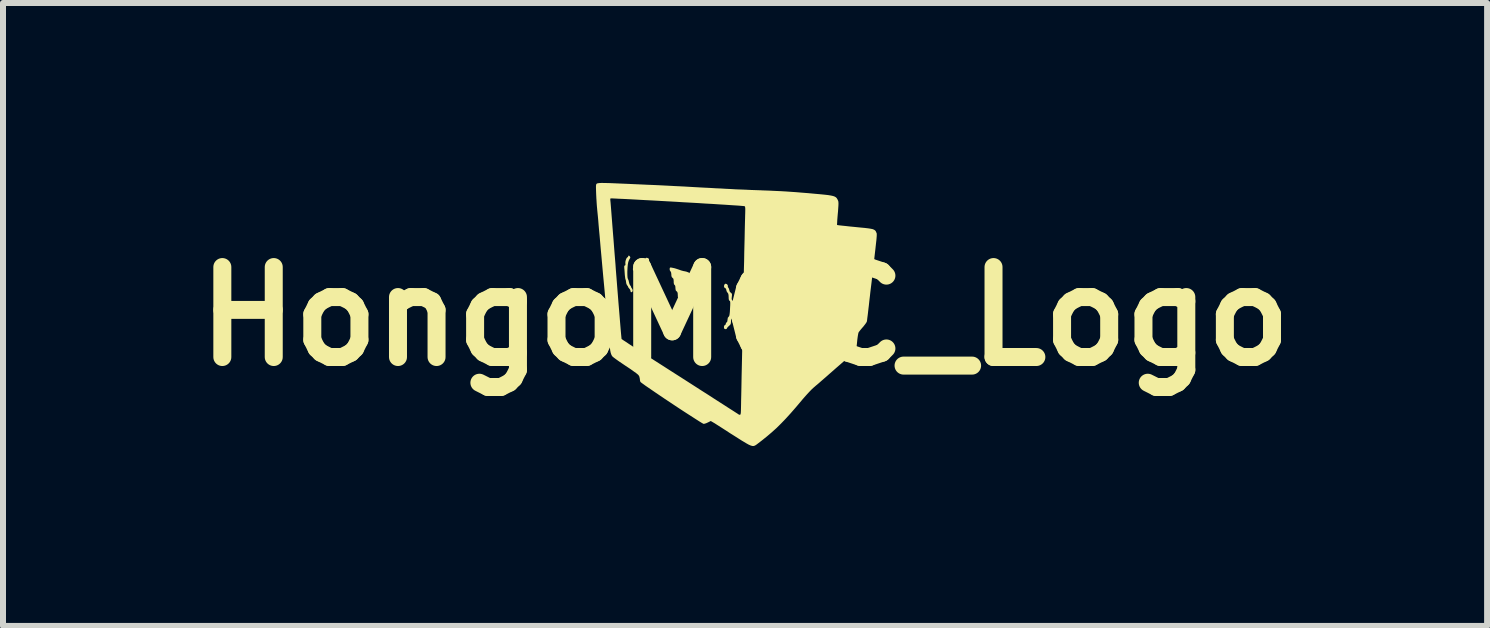
<source format=kicad_pcb>
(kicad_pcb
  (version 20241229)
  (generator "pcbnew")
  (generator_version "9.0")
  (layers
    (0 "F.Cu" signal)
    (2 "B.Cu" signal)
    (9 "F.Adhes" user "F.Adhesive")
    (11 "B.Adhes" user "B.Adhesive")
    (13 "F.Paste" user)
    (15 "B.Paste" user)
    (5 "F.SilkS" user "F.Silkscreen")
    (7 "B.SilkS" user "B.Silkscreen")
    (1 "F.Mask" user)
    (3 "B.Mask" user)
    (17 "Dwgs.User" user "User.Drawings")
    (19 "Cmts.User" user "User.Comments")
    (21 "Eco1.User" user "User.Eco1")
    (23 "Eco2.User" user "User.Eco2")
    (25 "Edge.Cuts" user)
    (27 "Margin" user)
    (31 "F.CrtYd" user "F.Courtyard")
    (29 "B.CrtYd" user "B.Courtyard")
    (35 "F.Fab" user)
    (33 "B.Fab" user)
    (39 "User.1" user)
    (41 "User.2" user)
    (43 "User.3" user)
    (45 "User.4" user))
  (footprint "HongoMCC_Logo"
    (layer "F.Cu")
    (at 9.371 2.224)
    (property "Reference" "HongoMCC_Logo" (at 0 0 0) (layer "F.SilkS") (effects (font (size 1.5 1.5) (thickness 0.3))))
    (attr board_only exclude_from_pos_files exclude_from_bom)
    (fp_poly (pts (xy -1.621 -0.972) (xy -1.608 -0.965) (xy -1.601 -0.95) (xy -1.599 -0.923) (xy -1.598 -0.889) (xy -1.599 -0.846) (xy -1.603 -0.817) (xy -1.611 -0.797) (xy -1.618 -0.787) (xy -1.632 -0.765) (xy -1.637 -0.747) (xy -1.637 -0.747) (xy -1.644 -0.733) (xy -1.659 -0.733) (xy -1.674 -0.743) (xy -1.684 -0.761) (xy -1.686 -0.781) (xy -1.679 -0.796) (xy -1.672 -0.799) (xy -1.659 -0.807) (xy -1.657 -0.814) (xy -1.652 -0.827) (xy -1.647 -0.828) (xy -1.64 -0.837) (xy -1.637 -0.857) (xy -1.639 -0.882) (xy -1.645 -0.904) (xy -1.653 -0.917) (xy -1.664 -0.934) (xy -1.665 -0.955) (xy -1.658 -0.971) (xy -1.642 -0.977)) (stroke (width 0) (type solid)) (fill yes) (layer "F.SilkS"))
    (fp_poly (pts (xy -0.784 -0.738) (xy -0.778 -0.737) (xy -0.752 -0.73) (xy -0.735 -0.719) (xy -0.727 -0.701) (xy -0.724 -0.671) (xy -0.725 -0.631) (xy -0.727 -0.589) (xy -0.732 -0.563) (xy -0.739 -0.548) (xy -0.744 -0.544) (xy -0.758 -0.53) (xy -0.76 -0.521) (xy -0.768 -0.508) (xy -0.774 -0.507) (xy -0.786 -0.499) (xy -0.791 -0.486) (xy -0.8 -0.465) (xy -0.816 -0.462) (xy -0.832 -0.473) (xy -0.847 -0.496) (xy -0.842 -0.517) (xy -0.828 -0.529) (xy -0.813 -0.545) (xy -0.809 -0.558) (xy -0.802 -0.572) (xy -0.794 -0.575) (xy -0.785 -0.581) (xy -0.78 -0.601) (xy -0.78 -0.618) (xy -0.783 -0.65) (xy -0.793 -0.666) (xy -0.794 -0.666) (xy -0.805 -0.681) (xy -0.809 -0.708) (xy -0.808 -0.731) (xy -0.801 -0.739)) (stroke (width 0) (type solid)) (fill yes) (layer "F.SilkS"))
    (fp_poly (pts (xy -1.931 -1.01) (xy -1.919 -0.998) (xy -1.912 -0.981) (xy -1.918 -0.967) (xy -1.934 -0.939) (xy -1.946 -0.907) (xy -1.954 -0.866) (xy -1.959 -0.814) (xy -1.962 -0.747) (xy -1.962 -0.72) (xy -1.961 -0.675) (xy -1.958 -0.641) (xy -1.952 -0.622) (xy -1.952 -0.622) (xy -1.943 -0.604) (xy -1.936 -0.576) (xy -1.934 -0.567) (xy -1.927 -0.539) (xy -1.917 -0.519) (xy -1.914 -0.516) (xy -1.902 -0.499) (xy -1.901 -0.492) (xy -1.894 -0.475) (xy -1.885 -0.464) (xy -1.874 -0.442) (xy -1.873 -0.427) (xy -1.881 -0.408) (xy -1.895 -0.401) (xy -1.904 -0.406) (xy -1.91 -0.421) (xy -1.91 -0.429) (xy -1.917 -0.447) (xy -1.93 -0.463) (xy -1.944 -0.479) (xy -1.949 -0.491) (xy -1.955 -0.505) (xy -1.966 -0.518) (xy -1.978 -0.541) (xy -1.983 -0.568) (xy -1.986 -0.594) (xy -1.991 -0.611) (xy -1.991 -0.611) (xy -1.996 -0.626) (xy -2 -0.655) (xy -2.004 -0.689) (xy -2.007 -0.732) (xy -2.01 -0.775) (xy -2.013 -0.802) (xy -2.014 -0.831) (xy -2.01 -0.845) (xy -2.003 -0.848) (xy -1.994 -0.854) (xy -1.994 -0.873) (xy -1.995 -0.882) (xy -1.995 -0.908) (xy -1.988 -0.938) (xy -1.978 -0.964) (xy -1.966 -0.981) (xy -1.959 -0.984) (xy -1.95 -0.992) (xy -1.949 -0.999) (xy -1.944 -1.012)) (stroke (width 0) (type solid)) (fill yes) (layer "F.SilkS"))
    (fp_poly (pts (xy -1.788 -0.834) (xy -1.775 -0.82) (xy -1.768 -0.798) (xy -1.768 -0.778) (xy -1.769 -0.756) (xy -1.764 -0.745) (xy -1.756 -0.748) (xy -1.754 -0.755) (xy -1.748 -0.767) (xy -1.734 -0.769) (xy -1.721 -0.759) (xy -1.718 -0.754) (xy -1.718 -0.733) (xy -1.724 -0.72) (xy -1.733 -0.699) (xy -1.735 -0.688) (xy -1.742 -0.673) (xy -1.747 -0.67) (xy -1.754 -0.663) (xy -1.749 -0.648) (xy -1.747 -0.645) (xy -1.737 -0.62) (xy -1.735 -0.604) (xy -1.729 -0.588) (xy -1.72 -0.585) (xy -1.709 -0.576) (xy -1.706 -0.556) (xy -1.708 -0.534) (xy -1.719 -0.527) (xy -1.731 -0.527) (xy -1.74 -0.52) (xy -1.753 -0.507) (xy -1.767 -0.493) (xy -1.778 -0.496) (xy -1.781 -0.499) (xy -1.789 -0.516) (xy -1.793 -0.543) (xy -1.794 -0.55) (xy -1.794 -0.561) (xy -1.754 -0.561) (xy -1.752 -0.549) (xy -1.749 -0.548) (xy -1.746 -0.562) (xy -1.748 -0.567) (xy -1.752 -0.571) (xy -1.754 -0.561) (xy -1.794 -0.561) (xy -1.795 -0.574) (xy -1.798 -0.58) (xy -1.804 -0.573) (xy -1.82 -0.558) (xy -1.836 -0.559) (xy -1.846 -0.571) (xy -1.851 -0.595) (xy -1.85 -0.615) (xy -1.843 -0.624) (xy -1.842 -0.624) (xy -1.833 -0.632) (xy -1.832 -0.638) (xy -1.824 -0.65) (xy -1.813 -0.653) (xy -1.797 -0.657) (xy -1.793 -0.663) (xy -1.801 -0.675) (xy -1.813 -0.685) (xy -1.828 -0.702) (xy -1.832 -0.717) (xy -1.839 -0.739) (xy -1.852 -0.755) (xy -1.869 -0.778) (xy -1.869 -0.796) (xy -1.86 -0.805) (xy -1.846 -0.803) (xy -1.831 -0.79) (xy -1.813 -0.768) (xy -1.813 -0.798) (xy -1.81 -0.821) (xy -1.802 -0.834)) (stroke (width 0) (type solid)) (fill yes) (layer "F.SilkS"))
    (fp_poly (pts (xy -1.207 -0.809) (xy -1.171 -0.801) (xy -1.133 -0.789) (xy -1.106 -0.78) (xy -1.064 -0.765) (xy -1.028 -0.755) (xy -1.004 -0.751) (xy -1.002 -0.75) (xy -0.984 -0.747) (xy -0.956 -0.737) (xy -0.943 -0.732) (xy -0.911 -0.713) (xy -0.894 -0.693) (xy -0.894 -0.674) (xy -0.907 -0.66) (xy -0.921 -0.644) (xy -0.926 -0.616) (xy -0.926 -0.607) (xy -0.928 -0.581) (xy -0.933 -0.563) (xy -0.936 -0.56) (xy -0.942 -0.548) (xy -0.945 -0.523) (xy -0.945 -0.51) (xy -0.947 -0.482) (xy -0.954 -0.467) (xy -0.965 -0.461) (xy -0.978 -0.454) (xy -0.983 -0.437) (xy -0.984 -0.414) (xy -0.987 -0.383) (xy -0.997 -0.368) (xy -1 -0.366) (xy -1.011 -0.357) (xy -1.012 -0.336) (xy -1.011 -0.327) (xy -1.011 -0.296) (xy -1.019 -0.282) (xy -1.028 -0.265) (xy -1.033 -0.239) (xy -1.033 -0.234) (xy -1.037 -0.206) (xy -1.049 -0.191) (xy -1.064 -0.192) (xy -1.071 -0.198) (xy -1.078 -0.214) (xy -1.082 -0.24) (xy -1.082 -0.246) (xy -1.086 -0.276) (xy -1.101 -0.294) (xy -1.101 -0.295) (xy -1.114 -0.307) (xy -1.12 -0.328) (xy -1.121 -0.356) (xy -1.123 -0.388) (xy -1.13 -0.407) (xy -1.14 -0.417) (xy -1.154 -0.431) (xy -1.159 -0.455) (xy -1.16 -0.473) (xy -1.163 -0.506) (xy -1.172 -0.522) (xy -1.174 -0.523) (xy -1.184 -0.534) (xy -1.189 -0.56) (xy -1.189 -0.579) (xy -1.191 -0.611) (xy -1.197 -0.631) (xy -1.209 -0.641) (xy -1.222 -0.656) (xy -1.228 -0.681) (xy -1.228 -0.696) (xy -1.232 -0.729) (xy -1.241 -0.749) (xy -1.243 -0.75) (xy -1.254 -0.768) (xy -1.257 -0.791) (xy -1.252 -0.81) (xy -1.248 -0.814) (xy -1.234 -0.814)) (stroke (width 0) (type solid)) (fill yes) (layer "F.SilkS"))
    (fp_poly (pts (xy -0.306 -0.539) (xy -0.291 -0.524) (xy -0.285 -0.506) (xy -0.287 -0.498) (xy -0.285 -0.486) (xy -0.278 -0.478) (xy -0.267 -0.459) (xy -0.263 -0.439) (xy -0.254 -0.41) (xy -0.239 -0.396) (xy -0.225 -0.384) (xy -0.218 -0.371) (xy -0.218 -0.349) (xy -0.22 -0.329) (xy -0.223 -0.297) (xy -0.22 -0.277) (xy -0.21 -0.263) (xy -0.206 -0.259) (xy -0.197 -0.25) (xy -0.191 -0.238) (xy -0.188 -0.219) (xy -0.186 -0.191) (xy -0.185 -0.148) (xy -0.185 -0.12) (xy -0.186 -0.058) (xy -0.19 -0.013) (xy -0.196 0.017) (xy -0.205 0.033) (xy -0.218 0.039) (xy -0.22 0.039) (xy -0.229 0.045) (xy -0.233 0.065) (xy -0.234 0.085) (xy -0.236 0.116) (xy -0.244 0.137) (xy -0.263 0.156) (xy -0.268 0.16) (xy -0.289 0.18) (xy -0.301 0.197) (xy -0.302 0.202) (xy -0.31 0.211) (xy -0.327 0.214) (xy -0.343 0.209) (xy -0.344 0.208) (xy -0.351 0.192) (xy -0.351 0.171) (xy -0.345 0.153) (xy -0.336 0.146) (xy -0.324 0.138) (xy -0.322 0.126) (xy -0.315 0.108) (xy -0.307 0.101) (xy -0.296 0.087) (xy -0.292 0.058) (xy -0.287 0.024) (xy -0.274 0.008) (xy -0.267 -0.000291) (xy -0.261 -0.014) (xy -0.257 -0.037) (xy -0.253 -0.073) (xy -0.25 -0.125) (xy -0.25 -0.129) (xy -0.247 -0.181) (xy -0.246 -0.217) (xy -0.247 -0.24) (xy -0.25 -0.253) (xy -0.256 -0.259) (xy -0.258 -0.259) (xy -0.267 -0.269) (xy -0.272 -0.291) (xy -0.273 -0.321) (xy -0.275 -0.357) (xy -0.281 -0.38) (xy -0.292 -0.395) (xy -0.307 -0.418) (xy -0.312 -0.439) (xy -0.318 -0.462) (xy -0.332 -0.471) (xy -0.347 -0.483) (xy -0.351 -0.504) (xy -0.346 -0.526) (xy -0.333 -0.541) (xy -0.325 -0.544)) (stroke (width 0) (type solid)) (fill yes) (layer "F.SilkS"))
    (fp_poly (pts (xy -2.337 -2.223) (xy -2.276 -2.222) (xy -2.2 -2.219) (xy -2.107 -2.215) (xy -2.037 -2.212) (xy -1.963 -2.209) (xy -1.877 -2.205) (xy -1.785 -2.201) (xy -1.695 -2.197) (xy -1.613 -2.193) (xy -1.608 -2.193) (xy -1.531 -2.19) (xy -1.441 -2.186) (xy -1.344 -2.181) (xy -1.246 -2.176) (xy -1.153 -2.171) (xy -1.106 -2.169) (xy -1.009 -2.164) (xy -0.905 -2.158) (xy -0.799 -2.152) (xy -0.691 -2.146) (xy -0.586 -2.141) (xy -0.487 -2.135) (xy -0.395 -2.131) (xy -0.314 -2.126) (xy -0.247 -2.123) (xy -0.196 -2.12) (xy -0.195 -2.12) (xy -0.164 -2.118) (xy -0.117 -2.116) (xy -0.056 -2.114) (xy 0.017 -2.111) (xy 0.098 -2.107) (xy 0.184 -2.104) (xy 0.274 -2.101) (xy 0.288 -2.1) (xy 0.401 -2.096) (xy 0.502 -2.091) (xy 0.594 -2.087) (xy 0.681 -2.082) (xy 0.766 -2.076) (xy 0.854 -2.07) (xy 0.948 -2.062) (xy 1.051 -2.054) (xy 1.169 -2.043) (xy 1.238 -2.037) (xy 1.319 -2.029) (xy 1.383 -2.022) (xy 1.432 -2.014) (xy 1.469 -2.006) (xy 1.496 -1.996) (xy 1.516 -1.984) (xy 1.53 -1.969) (xy 1.541 -1.95) (xy 1.544 -1.945) (xy 1.55 -1.931) (xy 1.555 -1.918) (xy 1.557 -1.901) (xy 1.558 -1.879) (xy 1.557 -1.848) (xy 1.554 -1.805) (xy 1.55 -1.746) (xy 1.547 -1.716) (xy 1.542 -1.658) (xy 1.538 -1.606) (xy 1.536 -1.565) (xy 1.534 -1.536) (xy 1.534 -1.524) (xy 1.534 -1.524) (xy 1.545 -1.521) (xy 1.573 -1.517) (xy 1.618 -1.512) (xy 1.677 -1.506) (xy 1.748 -1.498) (xy 1.831 -1.49) (xy 1.92 -1.481) (xy 1.996 -1.474) (xy 2.054 -1.467) (xy 2.098 -1.46) (xy 2.131 -1.453) (xy 2.153 -1.443) (xy 2.169 -1.432) (xy 2.18 -1.418) (xy 2.188 -1.399) (xy 2.189 -1.398) (xy 2.191 -1.393) (xy 2.193 -1.388) (xy 2.195 -1.383) (xy 2.196 -1.376) (xy 2.196 -1.365) (xy 2.196 -1.35) (xy 2.195 -1.33) (xy 2.193 -1.304) (xy 2.19 -1.27) (xy 2.185 -1.227) (xy 2.179 -1.173) (xy 2.172 -1.109) (xy 2.163 -1.033) (xy 2.153 -0.943) (xy 2.141 -0.838) (xy 2.127 -0.718) (xy 2.111 -0.58) (xy 2.092 -0.425) (xy 2.09 -0.409) (xy 2.082 -0.337) (xy 2.073 -0.261) (xy 2.065 -0.187) (xy 2.057 -0.121) (xy 2.051 -0.069) (xy 2.051 -0.068) (xy 2.045 -0.018) (xy 2.039 0.027) (xy 2.035 0.062) (xy 2.032 0.084) (xy 2.031 0.086) (xy 2.023 0.103) (xy 2.005 0.129) (xy 1.98 0.161) (xy 1.965 0.179) (xy 1.937 0.211) (xy 1.913 0.241) (xy 1.897 0.262) (xy 1.893 0.269) (xy 1.888 0.286) (xy 1.882 0.318) (xy 1.876 0.359) (xy 1.872 0.39) (xy 1.866 0.451) (xy 1.861 0.497) (xy 1.855 0.532) (xy 1.847 0.559) (xy 1.834 0.582) (xy 1.814 0.605) (xy 1.786 0.632) (xy 1.747 0.665) (xy 1.707 0.699) (xy 1.654 0.744) (xy 1.592 0.798) (xy 1.525 0.856) (xy 1.458 0.915) (xy 1.395 0.97) (xy 1.383 0.981) (xy 1.329 1.028) (xy 1.276 1.074) (xy 1.227 1.117) (xy 1.184 1.153) (xy 1.152 1.181) (xy 1.14 1.191) (xy 1.114 1.215) (xy 1.079 1.251) (xy 1.037 1.296) (xy 0.993 1.345) (xy 0.949 1.396) (xy 0.947 1.399) (xy 0.849 1.515) (xy 0.76 1.617) (xy 0.678 1.707) (xy 0.599 1.789) (xy 0.523 1.864) (xy 0.445 1.934) (xy 0.365 2.002) (xy 0.279 2.071) (xy 0.193 2.137) (xy 0.17 2.152) (xy 0.149 2.161) (xy 0.125 2.162) (xy 0.098 2.155) (xy 0.063 2.14) (xy 0.018 2.115) (xy -0.04 2.08) (xy -0.049 2.075) (xy -0.109 2.037) (xy -0.178 1.993) (xy -0.25 1.948) (xy -0.315 1.905) (xy -0.336 1.892) (xy -0.387 1.859) (xy -0.436 1.828) (xy -0.478 1.801) (xy -0.511 1.78) (xy -0.527 1.771) (xy -0.571 1.745) (xy -0.619 1.769) (xy -0.65 1.783) (xy -0.678 1.791) (xy -0.689 1.793) (xy -0.701 1.788) (xy -0.727 1.773) (xy -0.766 1.749) (xy -0.816 1.717) (xy -0.875 1.679) (xy -0.942 1.636) (xy -1.015 1.589) (xy -1.093 1.538) (xy -1.173 1.485) (xy -1.254 1.431) (xy -1.334 1.378) (xy -1.411 1.326) (xy -1.485 1.276) (xy -1.552 1.23) (xy -1.612 1.189) (xy -1.663 1.154) (xy -1.703 1.125) (xy -1.73 1.105) (xy -1.743 1.094) (xy -1.744 1.093) (xy -1.751 1.069) (xy -1.754 1.04) (xy -1.754 1.04) (xy -1.762 1.004) (xy -1.776 0.98) (xy -1.79 0.967) (xy -1.817 0.945) (xy -1.857 0.917) (xy -1.904 0.883) (xy -1.958 0.847) (xy -1.993 0.824) (xy -2.049 0.786) (xy -2.101 0.751) (xy -2.146 0.719) (xy -2.181 0.693) (xy -2.204 0.675) (xy -2.211 0.668) (xy -2.223 0.651) (xy -2.232 0.63) (xy -2.24 0.605) (xy -2.247 0.571) (xy -2.253 0.525) (xy -2.26 0.465) (xy -2.266 0.404) (xy -2.269 0.364) (xy -2.275 0.306) (xy -2.281 0.234) (xy -2.289 0.149) (xy -2.298 0.055) (xy -2.307 -0.048) (xy -2.317 -0.155) (xy -2.327 -0.265) (xy -2.334 -0.346) (xy -2.349 -0.509) (xy -2.363 -0.656) (xy -2.375 -0.788) (xy -2.386 -0.91) (xy -2.396 -1.022) (xy -2.406 -1.13) (xy -2.415 -1.234) (xy -2.424 -1.338) (xy -2.434 -1.444) (xy -2.442 -1.535) (xy -2.447 -1.599) (xy -2.453 -1.664) (xy -2.459 -1.724) (xy -2.464 -1.774) (xy -2.466 -1.798) (xy -2.47 -1.84) (xy -2.474 -1.896) (xy -2.477 -1.949) (xy -2.247 -1.949) (xy -2.246 -1.941) (xy -2.245 -1.929) (xy -2.242 -1.9) (xy -2.238 -1.853) (xy -2.233 -1.79) (xy -2.227 -1.713) (xy -2.22 -1.623) (xy -2.212 -1.52) (xy -2.203 -1.406) (xy -2.193 -1.283) (xy -2.183 -1.152) (xy -2.172 -1.013) (xy -2.16 -0.868) (xy -2.154 -0.78) (xy -2.142 -0.632) (xy -2.131 -0.49) (xy -2.12 -0.354) (xy -2.11 -0.226) (xy -2.1 -0.107) (xy -2.091 0.002) (xy -2.083 0.1) (xy -2.076 0.184) (xy -2.07 0.255) (xy -2.065 0.311) (xy -2.061 0.351) (xy -2.059 0.373) (xy -2.058 0.378) (xy -2.049 0.384) (xy -2.025 0.401) (xy -1.986 0.426) (xy -1.934 0.461) (xy -1.87 0.503) (xy -1.794 0.552) (xy -1.708 0.607) (xy -1.613 0.669) (xy -1.509 0.736) (xy -1.398 0.807) (xy -1.281 0.882) (xy -1.159 0.96) (xy -1.082 1.009) (xy -0.957 1.089) (xy -0.837 1.166) (xy -0.722 1.24) (xy -0.613 1.309) (xy -0.513 1.374) (xy -0.421 1.433) (xy -0.338 1.486) (xy -0.267 1.532) (xy -0.207 1.57) (xy -0.159 1.601) (xy -0.126 1.622) (xy -0.107 1.635) (xy -0.104 1.637) (xy -0.088 1.642) (xy -0.082 1.641) (xy -0.074 1.631) (xy -0.07 1.607) (xy -0.068 1.566) (xy -0.068 1.566) (xy -0.068 1.55) (xy -0.067 1.515) (xy -0.066 1.464) (xy -0.065 1.397) (xy -0.063 1.316) (xy -0.061 1.221) (xy -0.059 1.114) (xy -0.057 0.997) (xy -0.054 0.871) (xy -0.051 0.736) (xy -0.048 0.594) (xy -0.045 0.447) (xy -0.042 0.296) (xy -0.039 0.141) (xy -0.035 -0.015) (xy -0.032 -0.172) (xy -0.028 -0.328) (xy -0.025 -0.482) (xy -0.022 -0.633) (xy -0.019 -0.779) (xy -0.015 -0.92) (xy -0.013 -1.054) (xy -0.01 -1.179) (xy -0.007 -1.295) (xy -0.005 -1.4) (xy -0.003 -1.492) (xy -0.001 -1.572) (xy 0.001 -1.637) (xy 0.002 -1.686) (xy 0.003 -1.713) (xy 0.004 -1.763) (xy 0.004 -1.797) (xy 0.002 -1.818) (xy -0.001 -1.83) (xy -0.008 -1.836) (xy -0.014 -1.838) (xy -0.029 -1.839) (xy -0.062 -1.842) (xy -0.11 -1.846) (xy -0.173 -1.85) (xy -0.25 -1.855) (xy -0.338 -1.861) (xy -0.436 -1.867) (xy -0.543 -1.874) (xy -0.656 -1.88) (xy -0.776 -1.888) (xy -0.9 -1.895) (xy -1.026 -1.902) (xy -1.154 -1.91) (xy -1.281 -1.917) (xy -1.406 -1.924) (xy -1.529 -1.931) (xy -1.646 -1.937) (xy -1.757 -1.943) (xy -1.861 -1.949) (xy -1.955 -1.954) (xy -2.038 -1.958) (xy -2.11 -1.961) (xy -2.167 -1.964) (xy -2.21 -1.966) (xy -2.235 -1.966) (xy -2.243 -1.966) (xy -2.247 -1.949) (xy -2.477 -1.949) (xy -2.478 -1.958) (xy -2.481 -2.021) (xy -2.482 -2.042) (xy -2.484 -2.101) (xy -2.485 -2.144) (xy -2.485 -2.173) (xy -2.483 -2.192) (xy -2.479 -2.204) (xy -2.473 -2.211) (xy -2.472 -2.212) (xy -2.462 -2.217) (xy -2.445 -2.22) (xy -2.42 -2.223) (xy -2.385 -2.224)) (stroke (width 0) (type solid)) (fill yes) (layer "F.SilkS")))
  (gr_rect
    (start -3 -3)
    (end 21.743 7.386)
    (stroke (width 0.1) (type default))
    (fill no)
    (layer "Edge.Cuts")))
</source>
